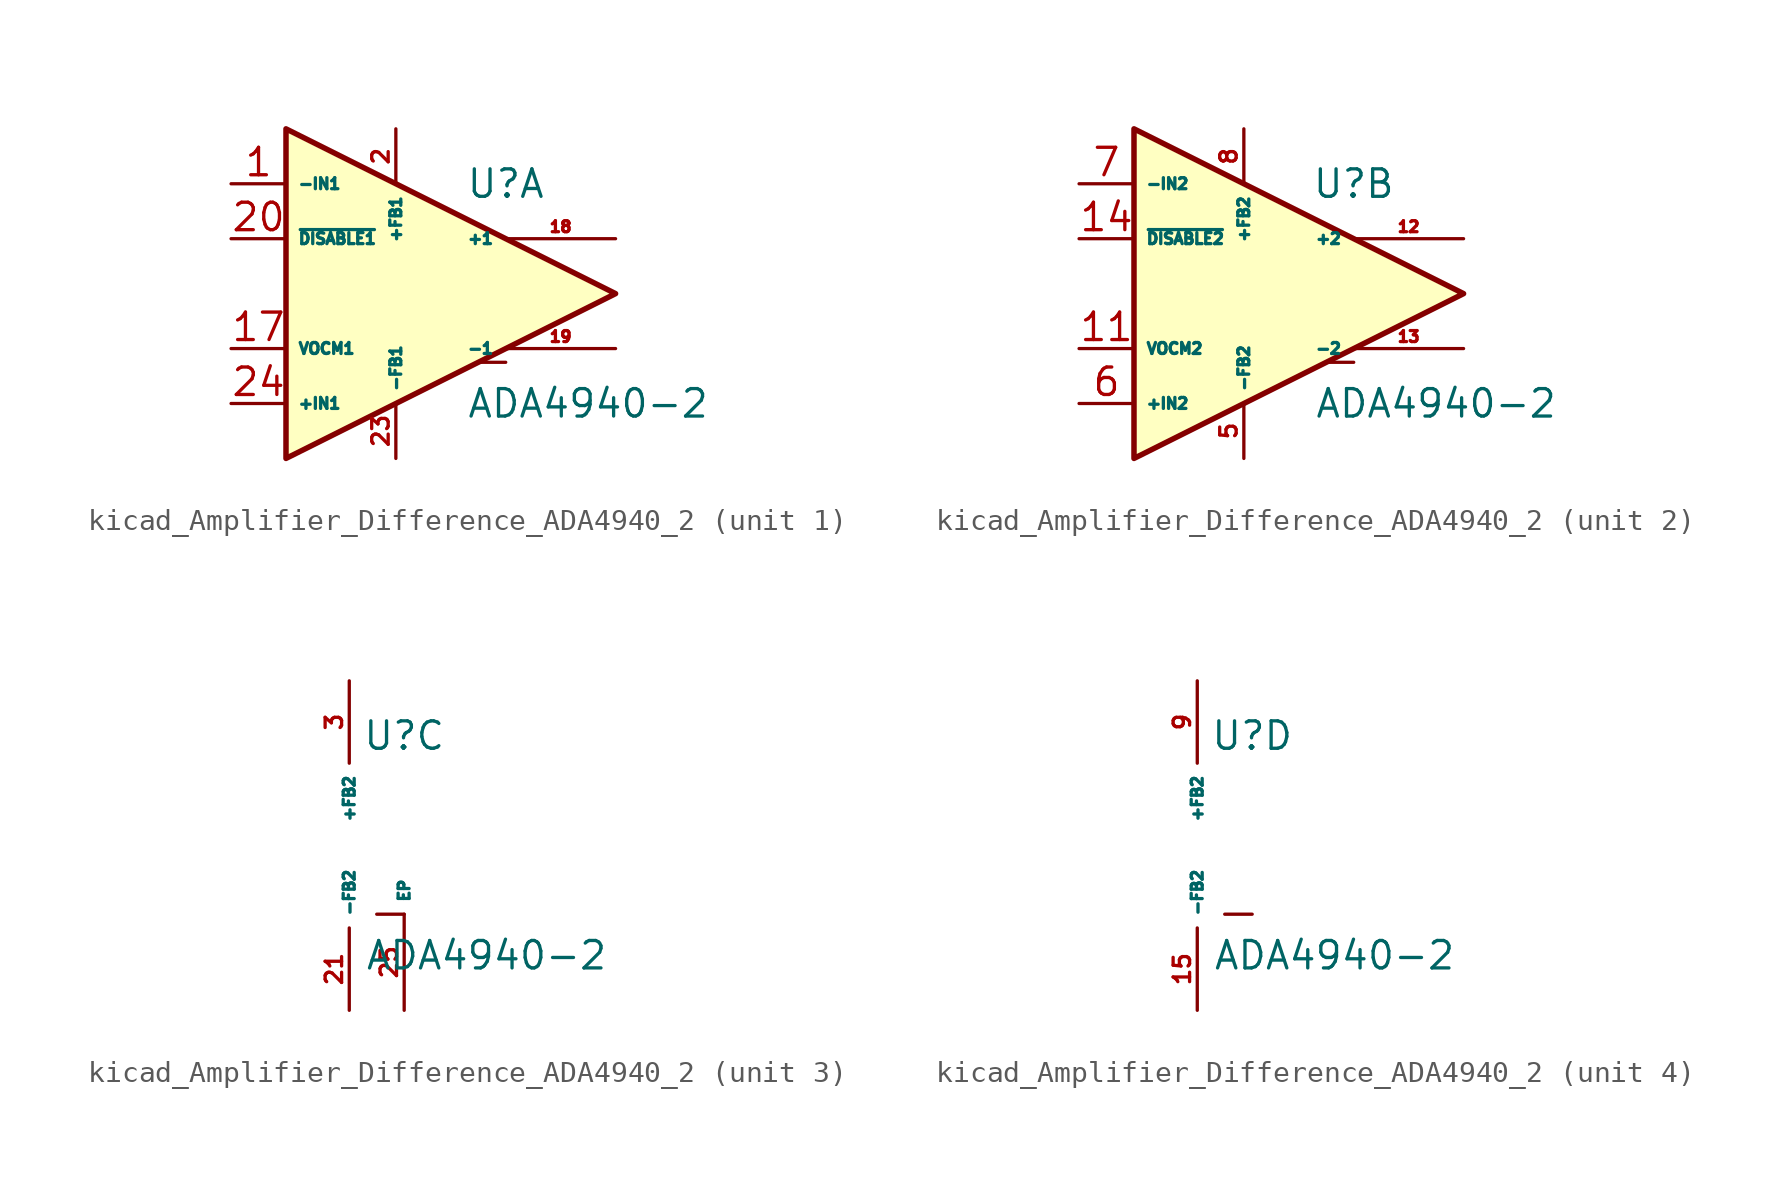
<source format=kicad_sym>
(kicad_symbol_lib
  (version 20220914)
  (generator kicad_symbol_editor)
  (symbol "kicad_Amplifier_Difference_ADA4940_2"
    (property "Reference" "U"
      (at 5.08 5.08 0)
      (effects (font (size 1.27 1.27))))
    (property "Value" "ADA4940-2"
      (at 8.89 -5.08 0)
      (effects (font (size 1.27 1.27))))
    (symbol "kicad_Amplifier_Difference_ADA4940_2_0_1"
      (polyline (pts (xy 5.08 -3.175) (xy 3.81 -3.175)) (stroke (width 0) (type default)) (fill (type none))))
    (symbol "kicad_Amplifier_Difference_ADA4940_2_1_1"
      (polyline (pts (xy -5.08 7.62) (xy -5.08 -7.62) (xy 10.16 0) (xy -5.08 7.62)) (stroke (width 0.254) (type default)) (fill (type background)))
      (pin input line (at -7.62 5.08 0) (length 2.54) (name "-IN1" (effects (font (size 0.508 0.508)))) (number "1" (effects (font (size 1.27 1.27)))))
      (pin input line (at -7.62 -2.54 0) (length 2.54) (name "VOCM1" (effects (font (size 0.508 0.508)))) (number "17" (effects (font (size 1.27 1.27)))))
      (pin output line (at 10.16 2.54 180) (length 5.08) (name "+1" (effects (font (size 0.508 0.508)))) (number "18" (effects (font (size 0.508 0.508)))))
      (pin output line (at 10.16 -2.54 180) (length 5.08) (name "-1" (effects (font (size 0.508 0.508)))) (number "19" (effects (font (size 0.508 0.508)))))
      (pin input line (at 0 7.62 270) (length 2.54) (name "+FB1" (effects (font (size 0.508 0.508)))) (number "2" (effects (font (size 0.762 0.762)))))
      (pin input line (at -7.62 2.54 0) (length 2.54) (name "~{DISABLE1}" (effects (font (size 0.508 0.508)))) (number "20" (effects (font (size 1.27 1.27)))))
      (pin input line (at 0 -7.62 90) (length 2.54) (name "-FB1" (effects (font (size 0.508 0.508)))) (number "23" (effects (font (size 0.762 0.762)))))
      (pin input line (at -7.62 -5.08 0) (length 2.54) (name "+IN1" (effects (font (size 0.508 0.508)))) (number "24" (effects (font (size 1.27 1.27))))))
    (symbol "kicad_Amplifier_Difference_ADA4940_2_2_1"
      (polyline (pts (xy -5.08 7.62) (xy -5.08 -7.62) (xy 10.16 0) (xy -5.08 7.62)) (stroke (width 0.254) (type default)) (fill (type background)))
      (pin input line (at -7.62 -2.54 0) (length 2.54) (name "VOCM2" (effects (font (size 0.508 0.508)))) (number "11" (effects (font (size 1.27 1.27)))))
      (pin output line (at 10.16 2.54 180) (length 5.08) (name "+2" (effects (font (size 0.508 0.508)))) (number "12" (effects (font (size 0.508 0.508)))))
      (pin output line (at 10.16 -2.54 180) (length 5.08) (name "-2" (effects (font (size 0.508 0.508)))) (number "13" (effects (font (size 0.508 0.508)))))
      (pin input line (at -7.62 2.54 0) (length 2.54) (name "~{DISABLE2}" (effects (font (size 0.508 0.508)))) (number "14" (effects (font (size 1.27 1.27)))))
      (pin input line (at 0 -7.62 90) (length 2.54) (name "-FB2" (effects (font (size 0.508 0.508)))) (number "5" (effects (font (size 0.762 0.762)))))
      (pin input line (at -7.62 -5.08 0) (length 2.54) (name "+IN2" (effects (font (size 0.508 0.508)))) (number "6" (effects (font (size 1.27 1.27)))))
      (pin input line (at -7.62 5.08 0) (length 2.54) (name "-IN2" (effects (font (size 0.508 0.508)))) (number "7" (effects (font (size 1.27 1.27)))))
      (pin input line (at 0 7.62 270) (length 2.54) (name "+FB2" (effects (font (size 0.508 0.508)))) (number "8" (effects (font (size 0.762 0.762))))))
    (symbol "kicad_Amplifier_Difference_ADA4940_2_3_1"
      (pin input line (at 2.54 -7.62 90) (length 3.81) (name "-FB2" (effects (font (size 0.508 0.508)))) (number "21" (effects (font (size 0.762 0.762)))))
      (pin input line (at 2.54 -7.62 90) (length 3.81) hide (name "-FB2" (effects (font (size 0.508 0.508)))) (number "22" (effects (font (size 0.762 0.762)))))
      (pin passive line (at 5.08 -7.62 90) (length 4.445) (name "EP" (effects (font (size 0.508 0.508)))) (number "25" (effects (font (size 0.762 0.762)))))
      (pin input line (at 2.54 7.62 270) (length 3.81) (name "+FB2" (effects (font (size 0.508 0.508)))) (number "3" (effects (font (size 0.762 0.762)))))
      (pin input line (at 2.54 7.62 270) (length 3.81) hide (name "+FB2" (effects (font (size 0.508 0.508)))) (number "4" (effects (font (size 0.762 0.762))))))
    (symbol "kicad_Amplifier_Difference_ADA4940_2_4_1"
      (pin input line (at 2.54 7.62 270) (length 3.81) hide (name "+FB2" (effects (font (size 0.508 0.508)))) (number "10" (effects (font (size 0.762 0.762)))))
      (pin input line (at 2.54 -7.62 90) (length 3.81) (name "-FB2" (effects (font (size 0.508 0.508)))) (number "15" (effects (font (size 0.762 0.762)))))
      (pin input line (at 2.54 -7.62 90) (length 3.81) hide (name "-FB2" (effects (font (size 0.508 0.508)))) (number "16" (effects (font (size 0.762 0.762)))))
      (pin input line (at 2.54 7.62 270) (length 3.81) (name "+FB2" (effects (font (size 0.508 0.508)))) (number "9" (effects (font (size 0.762 0.762))))))))
</source>
